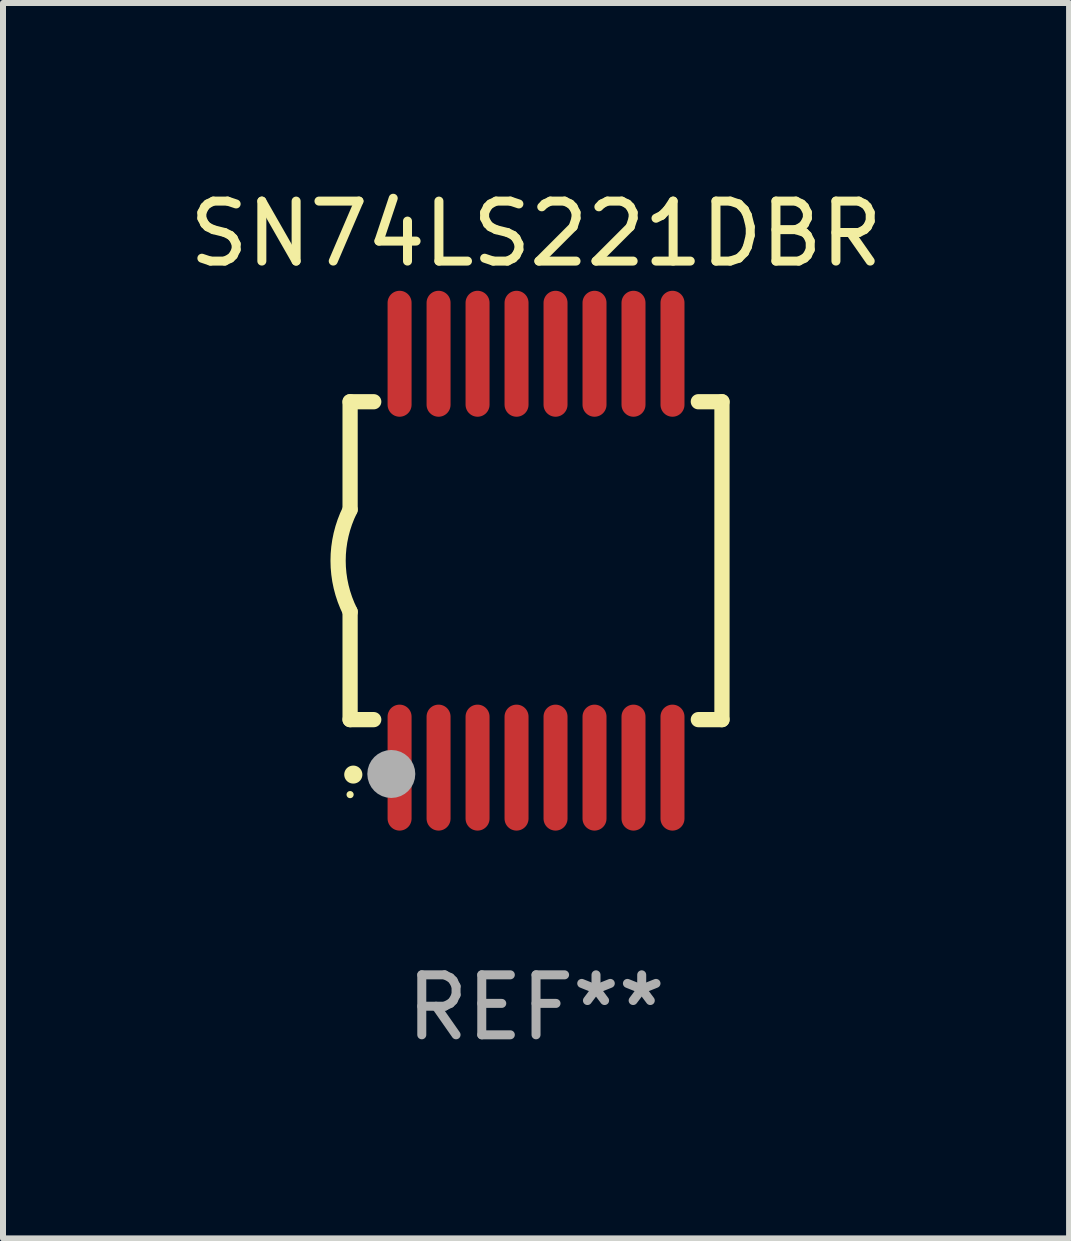
<source format=kicad_pcb>
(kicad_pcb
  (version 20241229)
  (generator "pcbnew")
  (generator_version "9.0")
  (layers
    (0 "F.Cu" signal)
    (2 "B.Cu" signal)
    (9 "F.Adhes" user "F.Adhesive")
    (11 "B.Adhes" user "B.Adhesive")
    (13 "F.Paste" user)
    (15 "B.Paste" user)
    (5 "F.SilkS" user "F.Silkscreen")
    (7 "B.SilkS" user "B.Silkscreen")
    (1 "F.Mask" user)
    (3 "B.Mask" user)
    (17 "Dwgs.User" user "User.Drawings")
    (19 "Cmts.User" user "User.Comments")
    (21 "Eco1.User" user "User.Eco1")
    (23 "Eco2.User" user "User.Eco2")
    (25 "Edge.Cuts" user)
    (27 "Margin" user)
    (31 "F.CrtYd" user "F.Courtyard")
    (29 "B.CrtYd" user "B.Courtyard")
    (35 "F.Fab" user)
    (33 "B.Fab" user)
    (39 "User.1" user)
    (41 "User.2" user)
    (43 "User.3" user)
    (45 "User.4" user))
  (footprint "SN74LS221DBR"
    (layer "F.Cu")
    (at 5.887 6.298)
    (property "Reference" "SN74LS221DBR" (at 0 -5.45 0) (layer "F.SilkS") (effects (font (size 1 1) (thickness 0.15))))
    (attr through_hole)
    (fp_line (start -3.1 -2.65) (end -3.1 -0.85) (stroke (width 0.254) (type solid)) (layer "F.SilkS"))
    (fp_line (start -3.1 -2.65) (end -2.706 -2.65) (stroke (width 0.254) (type solid)) (layer "F.SilkS"))
    (fp_line (start -3.1 2.65) (end -3.1 0.85) (stroke (width 0.254) (type solid)) (layer "F.SilkS"))
    (fp_line (start -3.1 2.65) (end -2.706 2.65) (stroke (width 0.254) (type solid)) (layer "F.SilkS"))
    (fp_line (start 2.706 -2.65) (end 3.1 -2.65) (stroke (width 0.254) (type solid)) (layer "F.SilkS"))
    (fp_line (start 2.706 2.65) (end 3.1 2.65) (stroke (width 0.254) (type solid)) (layer "F.SilkS"))
    (fp_line (start 3.1 -2.65) (end 3.1 2.65) (stroke (width 0.254) (type solid)) (layer "F.SilkS"))
    (fp_arc (start -3.098907 0.850902) (mid -3.300057 0.000523) (end -3.1 -0.850114) (stroke (width 0.254001) (type solid)) (layer "F.SilkS"))
    (fp_arc (start -3.048006 3.566066) (mid -3.046736 3.566061) (end -3.045466 3.566066) (stroke (width 0.3) (type solid)) (layer "F.SilkS"))
    (fp_circle (center -3.1 3.9) (end -3.07 3.9) (stroke (width 0.06) (type solid)) (fill no) (layer "F.SilkS"))
    (fp_circle (center -2.413 3.556) (end -2.213 3.556) (stroke (width 0.4) (type solid)) (fill no) (layer "F.Fab"))
    (fp_text user "REF**" (at 0 7.45 0) (layer "F.Fab") (effects (font (size 1 1) (thickness 0.15))))
    (pad "1" smd oval (at -2.275 3.45 180) (size 0.4 2.1) (layers "F.Cu" "F.Mask" "F.Paste"))
    (pad "2" smd oval (at -1.625 3.45 180) (size 0.4 2.1) (layers "F.Cu" "F.Mask" "F.Paste"))
    (pad "3" smd oval (at -0.975 3.45 180) (size 0.4 2.1) (layers "F.Cu" "F.Mask" "F.Paste"))
    (pad "4" smd oval (at -0.325 3.45 180) (size 0.4 2.1) (layers "F.Cu" "F.Mask" "F.Paste"))
    (pad "5" smd oval (at 0.325 3.45 180) (size 0.4 2.1) (layers "F.Cu" "F.Mask" "F.Paste"))
    (pad "6" smd oval (at 0.975 3.45 180) (size 0.4 2.1) (layers "F.Cu" "F.Mask" "F.Paste"))
    (pad "7" smd oval (at 1.625 3.45 180) (size 0.4 2.1) (layers "F.Cu" "F.Mask" "F.Paste"))
    (pad "8" smd oval (at 2.275 3.45 180) (size 0.4 2.1) (layers "F.Cu" "F.Mask" "F.Paste"))
    (pad "9" smd oval (at 2.275 -3.45 180) (size 0.4 2.1) (layers "F.Cu" "F.Mask" "F.Paste"))
    (pad "10" smd oval (at 1.625 -3.45 180) (size 0.4 2.1) (layers "F.Cu" "F.Mask" "F.Paste"))
    (pad "11" smd oval (at 0.975 -3.45 180) (size 0.4 2.1) (layers "F.Cu" "F.Mask" "F.Paste"))
    (pad "12" smd oval (at 0.325 -3.45 180) (size 0.4 2.1) (layers "F.Cu" "F.Mask" "F.Paste"))
    (pad "13" smd oval (at -0.325 -3.45 180) (size 0.4 2.1) (layers "F.Cu" "F.Mask" "F.Paste"))
    (pad "14" smd oval (at -0.975 -3.45 180) (size 0.4 2.1) (layers "F.Cu" "F.Mask" "F.Paste"))
    (pad "15" smd oval (at -1.625 -3.45 180) (size 0.4 2.1) (layers "F.Cu" "F.Mask" "F.Paste"))
    (pad "16" smd oval (at -2.275 -3.45 180) (size 0.4 2.1) (layers "F.Cu" "F.Mask" "F.Paste")))
  (gr_rect
    (start -3 -3)
    (end 14.774 17.597)
    (stroke (width 0.1) (type default))
    (fill no)
    (layer "Edge.Cuts")))
</source>
